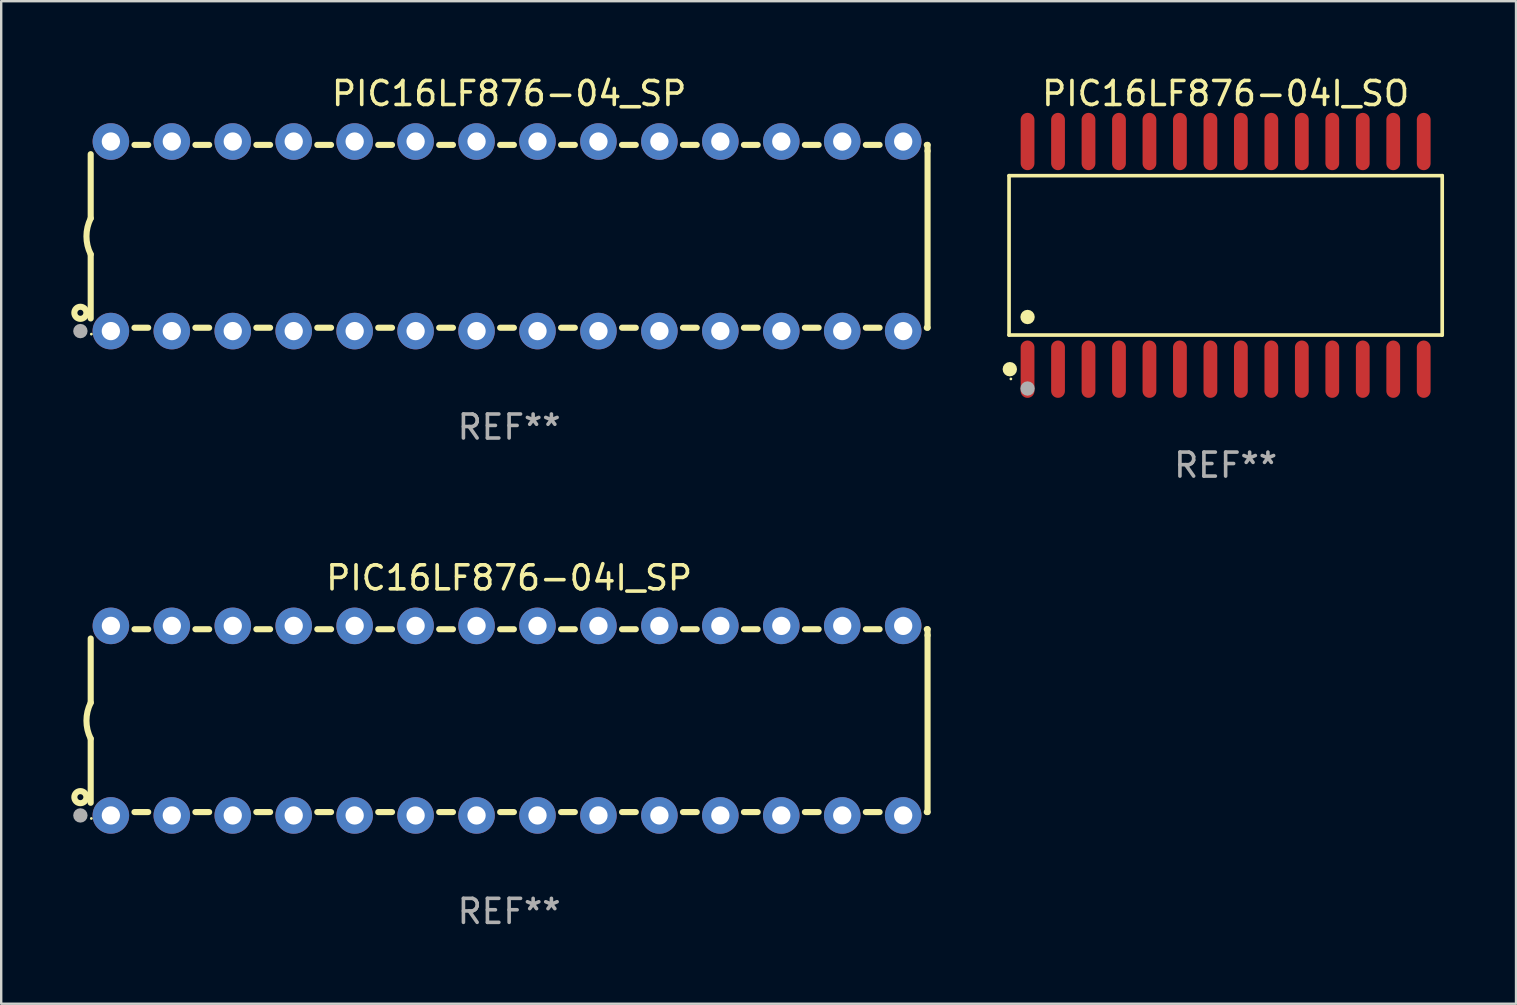
<source format=kicad_pcb>
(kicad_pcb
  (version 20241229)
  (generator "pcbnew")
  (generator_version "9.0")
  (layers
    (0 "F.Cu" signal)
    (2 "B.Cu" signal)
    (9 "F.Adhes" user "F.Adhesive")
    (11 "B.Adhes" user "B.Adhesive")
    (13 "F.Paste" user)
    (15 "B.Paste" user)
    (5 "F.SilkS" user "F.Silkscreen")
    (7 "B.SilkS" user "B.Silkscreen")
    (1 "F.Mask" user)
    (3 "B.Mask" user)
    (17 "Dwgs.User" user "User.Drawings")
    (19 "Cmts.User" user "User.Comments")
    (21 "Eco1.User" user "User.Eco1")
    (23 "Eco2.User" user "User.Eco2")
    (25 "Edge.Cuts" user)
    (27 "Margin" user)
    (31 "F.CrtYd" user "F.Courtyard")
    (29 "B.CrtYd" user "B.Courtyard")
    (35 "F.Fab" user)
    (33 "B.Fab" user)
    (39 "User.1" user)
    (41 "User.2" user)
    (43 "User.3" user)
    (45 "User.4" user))
  (footprint "PIC16LF876-04I_SO"
    (layer "F.Cu")
    (at 48.028 7.592)
    (property "Reference" "PIC16LF876-04I_SO" (at 0 -6.744 0) (layer "F.SilkS") (effects (font (size 1 1) (thickness 0.15))))
    (attr through_hole)
    (fp_line (start -9.026 -3.321) (end 9.026 -3.321) (stroke (width 0.152) (type solid)) (layer "F.SilkS"))
    (fp_line (start -9.026 3.321) (end -9.026 -3.321) (stroke (width 0.152) (type solid)) (layer "F.SilkS"))
    (fp_line (start 9.026 -3.321) (end 9.026 3.321) (stroke (width 0.152) (type solid)) (layer "F.SilkS"))
    (fp_line (start 9.026 3.321) (end -9.026 3.321) (stroke (width 0.152) (type solid)) (layer "F.SilkS"))
    (fp_circle (center -8.994 4.744) (end -8.844 4.744) (stroke (width 0.3) (type solid)) (fill no) (layer "F.SilkS"))
    (fp_circle (center -8.95 5.15) (end -8.92 5.15) (stroke (width 0.06) (type solid)) (fill no) (layer "F.SilkS"))
    (fp_circle (center -8.255 2.569) (end -8.105 2.569) (stroke (width 0.3) (type solid)) (fill no) (layer "F.SilkS"))
    (fp_circle (center -8.255 5.55) (end -8.105 5.55) (stroke (width 0.3) (type solid)) (fill no) (layer "F.Fab"))
    (fp_text user "REF**" (at 0 8.744 0) (layer "F.Fab") (effects (font (size 1 1) (thickness 0.15))))
    (pad "1" smd oval (at -8.255 4.744) (size 0.574 2.388) (layers "F.Cu" "F.Mask" "F.Paste"))
    (pad "2" smd oval (at -6.985 4.744) (size 0.574 2.388) (layers "F.Cu" "F.Mask" "F.Paste"))
    (pad "3" smd oval (at -5.715 4.744) (size 0.574 2.388) (layers "F.Cu" "F.Mask" "F.Paste"))
    (pad "4" smd oval (at -4.445 4.744) (size 0.574 2.388) (layers "F.Cu" "F.Mask" "F.Paste"))
    (pad "5" smd oval (at -3.175 4.744) (size 0.574 2.388) (layers "F.Cu" "F.Mask" "F.Paste"))
    (pad "6" smd oval (at -1.905 4.744) (size 0.574 2.388) (layers "F.Cu" "F.Mask" "F.Paste"))
    (pad "7" smd oval (at -0.635 4.744) (size 0.574 2.388) (layers "F.Cu" "F.Mask" "F.Paste"))
    (pad "8" smd oval (at 0.635 4.744) (size 0.574 2.388) (layers "F.Cu" "F.Mask" "F.Paste"))
    (pad "9" smd oval (at 1.905 4.744) (size 0.574 2.388) (layers "F.Cu" "F.Mask" "F.Paste"))
    (pad "10" smd oval (at 3.175 4.744) (size 0.574 2.388) (layers "F.Cu" "F.Mask" "F.Paste"))
    (pad "11" smd oval (at 4.445 4.744) (size 0.574 2.388) (layers "F.Cu" "F.Mask" "F.Paste"))
    (pad "12" smd oval (at 5.715 4.744) (size 0.574 2.388) (layers "F.Cu" "F.Mask" "F.Paste"))
    (pad "13" smd oval (at 6.985 4.744) (size 0.574 2.388) (layers "F.Cu" "F.Mask" "F.Paste"))
    (pad "14" smd oval (at 8.255 4.744) (size 0.574 2.388) (layers "F.Cu" "F.Mask" "F.Paste"))
    (pad "15" smd oval (at 8.255 -4.744) (size 0.574 2.388) (layers "F.Cu" "F.Mask" "F.Paste"))
    (pad "16" smd oval (at 6.985 -4.744) (size 0.574 2.388) (layers "F.Cu" "F.Mask" "F.Paste"))
    (pad "17" smd oval (at 5.715 -4.744) (size 0.574 2.388) (layers "F.Cu" "F.Mask" "F.Paste"))
    (pad "18" smd oval (at 4.445 -4.744) (size 0.574 2.388) (layers "F.Cu" "F.Mask" "F.Paste"))
    (pad "19" smd oval (at 3.175 -4.744) (size 0.574 2.388) (layers "F.Cu" "F.Mask" "F.Paste"))
    (pad "20" smd oval (at 1.905 -4.744) (size 0.574 2.388) (layers "F.Cu" "F.Mask" "F.Paste"))
    (pad "21" smd oval (at 0.635 -4.744) (size 0.574 2.388) (layers "F.Cu" "F.Mask" "F.Paste"))
    (pad "22" smd oval (at -0.635 -4.744) (size 0.574 2.388) (layers "F.Cu" "F.Mask" "F.Paste"))
    (pad "23" smd oval (at -1.905 -4.744) (size 0.574 2.388) (layers "F.Cu" "F.Mask" "F.Paste"))
    (pad "24" smd oval (at -3.175 -4.744) (size 0.574 2.388) (layers "F.Cu" "F.Mask" "F.Paste"))
    (pad "25" smd oval (at -4.445 -4.744) (size 0.574 2.388) (layers "F.Cu" "F.Mask" "F.Paste"))
    (pad "26" smd oval (at -5.715 -4.744) (size 0.574 2.388) (layers "F.Cu" "F.Mask" "F.Paste"))
    (pad "27" smd oval (at -6.985 -4.744) (size 0.574 2.388) (layers "F.Cu" "F.Mask" "F.Paste"))
    (pad "28" smd oval (at -8.255 -4.744) (size 0.574 2.388) (layers "F.Cu" "F.Mask" "F.Paste")))
  (footprint "PIC16LF876-04I_SP"
    (layer "F.Cu")
    (at 18.168 26.983)
    (property "Reference" "PIC16LF876-04I_SP" (at 0 -5.95 0) (layer "F.SilkS") (effects (font (size 1 1) (thickness 0.15))))
    (attr through_hole)
    (fp_line (start -17.438 0.75) (end -17.438 3.423) (stroke (width 0.254) (type solid)) (layer "F.SilkS"))
    (fp_line (start -17.438 -3.423) (end -17.438 -0.75) (stroke (width 0.254) (type solid)) (layer "F.SilkS"))
    (fp_line (start -15.615 3.81) (end -15.041 3.81) (stroke (width 0.254) (type solid)) (layer "F.SilkS"))
    (fp_line (start -15.041 -3.81) (end -15.614 -3.81) (stroke (width 0.254) (type solid)) (layer "F.SilkS"))
    (fp_line (start -13.075 3.81) (end -12.501 3.81) (stroke (width 0.254) (type solid)) (layer "F.SilkS"))
    (fp_line (start -12.501 -3.81) (end -13.074 -3.81) (stroke (width 0.254) (type solid)) (layer "F.SilkS"))
    (fp_line (start -10.535 3.81) (end -9.961 3.81) (stroke (width 0.254) (type solid)) (layer "F.SilkS"))
    (fp_line (start -9.961 -3.81) (end -10.534 -3.81) (stroke (width 0.254) (type solid)) (layer "F.SilkS"))
    (fp_line (start -7.995 3.81) (end -7.421 3.81) (stroke (width 0.254) (type solid)) (layer "F.SilkS"))
    (fp_line (start -7.421 -3.81) (end -7.995 -3.81) (stroke (width 0.254) (type solid)) (layer "F.SilkS"))
    (fp_line (start -5.455 3.81) (end -4.881 3.81) (stroke (width 0.254) (type solid)) (layer "F.SilkS"))
    (fp_line (start -4.881 -3.81) (end -5.455 -3.81) (stroke (width 0.254) (type solid)) (layer "F.SilkS"))
    (fp_line (start -2.915 3.81) (end -2.341 3.81) (stroke (width 0.254) (type solid)) (layer "F.SilkS"))
    (fp_line (start -2.341 -3.81) (end -2.915 -3.81) (stroke (width 0.254) (type solid)) (layer "F.SilkS"))
    (fp_line (start -0.375 3.81) (end 0.199 3.81) (stroke (width 0.254) (type solid)) (layer "F.SilkS"))
    (fp_line (start 0.199 -3.81) (end -0.375 -3.81) (stroke (width 0.254) (type solid)) (layer "F.SilkS"))
    (fp_line (start 2.165 3.81) (end 2.739 3.81) (stroke (width 0.254) (type solid)) (layer "F.SilkS"))
    (fp_line (start 2.739 -3.81) (end 2.165 -3.81) (stroke (width 0.254) (type solid)) (layer "F.SilkS"))
    (fp_line (start 4.705 3.81) (end 5.279 3.81) (stroke (width 0.254) (type solid)) (layer "F.SilkS"))
    (fp_line (start 5.279 -3.81) (end 4.705 -3.81) (stroke (width 0.254) (type solid)) (layer "F.SilkS"))
    (fp_line (start 7.245 3.81) (end 7.819 3.81) (stroke (width 0.254) (type solid)) (layer "F.SilkS"))
    (fp_line (start 7.819 -3.81) (end 7.245 -3.81) (stroke (width 0.254) (type solid)) (layer "F.SilkS"))
    (fp_line (start 9.785 3.81) (end 10.359 3.81) (stroke (width 0.254) (type solid)) (layer "F.SilkS"))
    (fp_line (start 10.359 -3.81) (end 9.785 -3.81) (stroke (width 0.254) (type solid)) (layer "F.SilkS"))
    (fp_line (start 12.325 3.81) (end 12.899 3.81) (stroke (width 0.254) (type solid)) (layer "F.SilkS"))
    (fp_line (start 12.899 -3.81) (end 12.325 -3.81) (stroke (width 0.254) (type solid)) (layer "F.SilkS"))
    (fp_line (start 14.865 3.81) (end 15.439 3.81) (stroke (width 0.254) (type solid)) (layer "F.SilkS"))
    (fp_line (start 15.439 -3.81) (end 14.865 -3.81) (stroke (width 0.254) (type solid)) (layer "F.SilkS"))
    (fp_line (start 17.405 3.81) (end 17.438 3.81) (stroke (width 0.254) (type solid)) (layer "F.SilkS"))
    (fp_line (start 17.438 -3.81) (end 17.405 -3.81) (stroke (width 0.254) (type solid)) (layer "F.SilkS"))
    (fp_line (start 17.438 -3.556) (end 17.438 -3.81) (stroke (width 0.254) (type solid)) (layer "F.SilkS"))
    (fp_line (start 17.438 3.81) (end 17.438 -3.556) (stroke (width 0.254) (type solid)) (layer "F.SilkS"))
    (fp_arc (start -17.437986 0.749657) (mid -17.614887 -0.000024) (end -17.437783 -0.749657) (stroke (width 0.254001) (type solid)) (layer "F.SilkS"))
    (fp_circle (center -17.868 3.188) (end -17.743 3.188) (stroke (width 0.254) (type solid)) (fill no) (layer "F.SilkS"))
    (fp_circle (center -17.411 4.077) (end -17.381 4.077) (stroke (width 0.06) (type solid)) (fill no) (layer "F.SilkS"))
    (fp_circle (center -17.868 3.95) (end -17.718 3.95) (stroke (width 0.3) (type solid)) (fill no) (layer "F.Fab"))
    (fp_text user "REF**" (at 0 7.95 0) (layer "F.Fab") (effects (font (size 1 1) (thickness 0.15))))
    (pad "1" thru_hole circle (at -16.598 3.95) (size 1.524 1.524) (drill 0.762) (layers "*.Cu" "*.Mask"))
    (pad "2" thru_hole circle (at -14.058 3.95) (size 1.524 1.524) (drill 0.762) (layers "*.Cu" "*.Mask"))
    (pad "3" thru_hole circle (at -11.518 3.95) (size 1.524 1.524) (drill 0.762) (layers "*.Cu" "*.Mask"))
    (pad "4" thru_hole circle (at -8.978 3.95) (size 1.524 1.524) (drill 0.762) (layers "*.Cu" "*.Mask"))
    (pad "5" thru_hole circle (at -6.438 3.95) (size 1.524 1.524) (drill 0.762) (layers "*.Cu" "*.Mask"))
    (pad "6" thru_hole circle (at -3.898 3.95) (size 1.524 1.524) (drill 0.762) (layers "*.Cu" "*.Mask"))
    (pad "7" thru_hole circle (at -1.358 3.95) (size 1.524 1.524) (drill 0.762) (layers "*.Cu" "*.Mask"))
    (pad "8" thru_hole circle (at 1.182 3.95) (size 1.524 1.524) (drill 0.762) (layers "*.Cu" "*.Mask"))
    (pad "9" thru_hole circle (at 3.722 3.95) (size 1.524 1.524) (drill 0.762) (layers "*.Cu" "*.Mask"))
    (pad "10" thru_hole circle (at 6.262 3.95) (size 1.524 1.524) (drill 0.762) (layers "*.Cu" "*.Mask"))
    (pad "11" thru_hole circle (at 8.802 3.95) (size 1.524 1.524) (drill 0.762) (layers "*.Cu" "*.Mask"))
    (pad "12" thru_hole circle (at 11.342 3.95) (size 1.524 1.524) (drill 0.762) (layers "*.Cu" "*.Mask"))
    (pad "13" thru_hole circle (at 13.882 3.95) (size 1.524 1.524) (drill 0.762) (layers "*.Cu" "*.Mask"))
    (pad "14" thru_hole circle (at 16.422 3.95) (size 1.524 1.524) (drill 0.762) (layers "*.Cu" "*.Mask"))
    (pad "15" thru_hole circle (at 16.422 -3.95) (size 1.524 1.524) (drill 0.762) (layers "*.Cu" "*.Mask"))
    (pad "16" thru_hole circle (at 13.882 -3.95) (size 1.524 1.524) (drill 0.762) (layers "*.Cu" "*.Mask"))
    (pad "17" thru_hole circle (at 11.342 -3.95) (size 1.524 1.524) (drill 0.762) (layers "*.Cu" "*.Mask"))
    (pad "18" thru_hole circle (at 8.802 -3.95) (size 1.524 1.524) (drill 0.762) (layers "*.Cu" "*.Mask"))
    (pad "19" thru_hole circle (at 6.262 -3.95) (size 1.524 1.524) (drill 0.762) (layers "*.Cu" "*.Mask"))
    (pad "20" thru_hole circle (at 3.722 -3.95) (size 1.524 1.524) (drill 0.762) (layers "*.Cu" "*.Mask"))
    (pad "21" thru_hole circle (at 1.182 -3.95) (size 1.524 1.524) (drill 0.762) (layers "*.Cu" "*.Mask"))
    (pad "22" thru_hole circle (at -1.358 -3.95) (size 1.524 1.524) (drill 0.762) (layers "*.Cu" "*.Mask"))
    (pad "23" thru_hole circle (at -3.898 -3.95) (size 1.524 1.524) (drill 0.762) (layers "*.Cu" "*.Mask"))
    (pad "24" thru_hole circle (at -6.438 -3.95) (size 1.524 1.524) (drill 0.762) (layers "*.Cu" "*.Mask"))
    (pad "25" thru_hole circle (at -8.978 -3.95) (size 1.524 1.524) (drill 0.762) (layers "*.Cu" "*.Mask"))
    (pad "26" thru_hole circle (at -11.517 -3.95) (size 1.524 1.524) (drill 0.762) (layers "*.Cu" "*.Mask"))
    (pad "27" thru_hole circle (at -14.057 -3.95) (size 1.524 1.524) (drill 0.762) (layers "*.Cu" "*.Mask"))
    (pad "28" thru_hole circle (at -16.597 -3.95) (size 1.524 1.524) (drill 0.762) (layers "*.Cu" "*.Mask")))
  (footprint "PIC16LF876-04_SP"
    (layer "F.Cu")
    (at 18.168 6.798)
    (property "Reference" "PIC16LF876-04_SP" (at 0 -5.95 0) (layer "F.SilkS") (effects (font (size 1 1) (thickness 0.15))))
    (attr through_hole)
    (fp_line (start -17.438 0.75) (end -17.438 3.423) (stroke (width 0.254) (type solid)) (layer "F.SilkS"))
    (fp_line (start -17.438 -3.423) (end -17.438 -0.75) (stroke (width 0.254) (type solid)) (layer "F.SilkS"))
    (fp_line (start -15.615 3.81) (end -15.041 3.81) (stroke (width 0.254) (type solid)) (layer "F.SilkS"))
    (fp_line (start -15.041 -3.81) (end -15.614 -3.81) (stroke (width 0.254) (type solid)) (layer "F.SilkS"))
    (fp_line (start -13.075 3.81) (end -12.501 3.81) (stroke (width 0.254) (type solid)) (layer "F.SilkS"))
    (fp_line (start -12.501 -3.81) (end -13.074 -3.81) (stroke (width 0.254) (type solid)) (layer "F.SilkS"))
    (fp_line (start -10.535 3.81) (end -9.961 3.81) (stroke (width 0.254) (type solid)) (layer "F.SilkS"))
    (fp_line (start -9.961 -3.81) (end -10.534 -3.81) (stroke (width 0.254) (type solid)) (layer "F.SilkS"))
    (fp_line (start -7.995 3.81) (end -7.421 3.81) (stroke (width 0.254) (type solid)) (layer "F.SilkS"))
    (fp_line (start -7.421 -3.81) (end -7.995 -3.81) (stroke (width 0.254) (type solid)) (layer "F.SilkS"))
    (fp_line (start -5.455 3.81) (end -4.881 3.81) (stroke (width 0.254) (type solid)) (layer "F.SilkS"))
    (fp_line (start -4.881 -3.81) (end -5.455 -3.81) (stroke (width 0.254) (type solid)) (layer "F.SilkS"))
    (fp_line (start -2.915 3.81) (end -2.341 3.81) (stroke (width 0.254) (type solid)) (layer "F.SilkS"))
    (fp_line (start -2.341 -3.81) (end -2.915 -3.81) (stroke (width 0.254) (type solid)) (layer "F.SilkS"))
    (fp_line (start -0.375 3.81) (end 0.199 3.81) (stroke (width 0.254) (type solid)) (layer "F.SilkS"))
    (fp_line (start 0.199 -3.81) (end -0.375 -3.81) (stroke (width 0.254) (type solid)) (layer "F.SilkS"))
    (fp_line (start 2.165 3.81) (end 2.739 3.81) (stroke (width 0.254) (type solid)) (layer "F.SilkS"))
    (fp_line (start 2.739 -3.81) (end 2.165 -3.81) (stroke (width 0.254) (type solid)) (layer "F.SilkS"))
    (fp_line (start 4.705 3.81) (end 5.279 3.81) (stroke (width 0.254) (type solid)) (layer "F.SilkS"))
    (fp_line (start 5.279 -3.81) (end 4.705 -3.81) (stroke (width 0.254) (type solid)) (layer "F.SilkS"))
    (fp_line (start 7.245 3.81) (end 7.819 3.81) (stroke (width 0.254) (type solid)) (layer "F.SilkS"))
    (fp_line (start 7.819 -3.81) (end 7.245 -3.81) (stroke (width 0.254) (type solid)) (layer "F.SilkS"))
    (fp_line (start 9.785 3.81) (end 10.359 3.81) (stroke (width 0.254) (type solid)) (layer "F.SilkS"))
    (fp_line (start 10.359 -3.81) (end 9.785 -3.81) (stroke (width 0.254) (type solid)) (layer "F.SilkS"))
    (fp_line (start 12.325 3.81) (end 12.899 3.81) (stroke (width 0.254) (type solid)) (layer "F.SilkS"))
    (fp_line (start 12.899 -3.81) (end 12.325 -3.81) (stroke (width 0.254) (type solid)) (layer "F.SilkS"))
    (fp_line (start 14.865 3.81) (end 15.439 3.81) (stroke (width 0.254) (type solid)) (layer "F.SilkS"))
    (fp_line (start 15.439 -3.81) (end 14.865 -3.81) (stroke (width 0.254) (type solid)) (layer "F.SilkS"))
    (fp_line (start 17.405 3.81) (end 17.438 3.81) (stroke (width 0.254) (type solid)) (layer "F.SilkS"))
    (fp_line (start 17.438 -3.81) (end 17.405 -3.81) (stroke (width 0.254) (type solid)) (layer "F.SilkS"))
    (fp_line (start 17.438 -3.556) (end 17.438 -3.81) (stroke (width 0.254) (type solid)) (layer "F.SilkS"))
    (fp_line (start 17.438 3.81) (end 17.438 -3.556) (stroke (width 0.254) (type solid)) (layer "F.SilkS"))
    (fp_arc (start -17.437986 0.749657) (mid -17.614887 -0.000024) (end -17.437783 -0.749657) (stroke (width 0.254001) (type solid)) (layer "F.SilkS"))
    (fp_circle (center -17.868 3.188) (end -17.743 3.188) (stroke (width 0.254) (type solid)) (fill no) (layer "F.SilkS"))
    (fp_circle (center -17.411 4.077) (end -17.381 4.077) (stroke (width 0.06) (type solid)) (fill no) (layer "F.SilkS"))
    (fp_circle (center -17.868 3.95) (end -17.718 3.95) (stroke (width 0.3) (type solid)) (fill no) (layer "F.Fab"))
    (fp_text user "REF**" (at 0 7.95 0) (layer "F.Fab") (effects (font (size 1 1) (thickness 0.15))))
    (pad "1" thru_hole circle (at -16.598 3.95) (size 1.524 1.524) (drill 0.762) (layers "*.Cu" "*.Mask"))
    (pad "2" thru_hole circle (at -14.058 3.95) (size 1.524 1.524) (drill 0.762) (layers "*.Cu" "*.Mask"))
    (pad "3" thru_hole circle (at -11.518 3.95) (size 1.524 1.524) (drill 0.762) (layers "*.Cu" "*.Mask"))
    (pad "4" thru_hole circle (at -8.978 3.95) (size 1.524 1.524) (drill 0.762) (layers "*.Cu" "*.Mask"))
    (pad "5" thru_hole circle (at -6.438 3.95) (size 1.524 1.524) (drill 0.762) (layers "*.Cu" "*.Mask"))
    (pad "6" thru_hole circle (at -3.898 3.95) (size 1.524 1.524) (drill 0.762) (layers "*.Cu" "*.Mask"))
    (pad "7" thru_hole circle (at -1.358 3.95) (size 1.524 1.524) (drill 0.762) (layers "*.Cu" "*.Mask"))
    (pad "8" thru_hole circle (at 1.182 3.95) (size 1.524 1.524) (drill 0.762) (layers "*.Cu" "*.Mask"))
    (pad "9" thru_hole circle (at 3.722 3.95) (size 1.524 1.524) (drill 0.762) (layers "*.Cu" "*.Mask"))
    (pad "10" thru_hole circle (at 6.262 3.95) (size 1.524 1.524) (drill 0.762) (layers "*.Cu" "*.Mask"))
    (pad "11" thru_hole circle (at 8.802 3.95) (size 1.524 1.524) (drill 0.762) (layers "*.Cu" "*.Mask"))
    (pad "12" thru_hole circle (at 11.342 3.95) (size 1.524 1.524) (drill 0.762) (layers "*.Cu" "*.Mask"))
    (pad "13" thru_hole circle (at 13.882 3.95) (size 1.524 1.524) (drill 0.762) (layers "*.Cu" "*.Mask"))
    (pad "14" thru_hole circle (at 16.422 3.95) (size 1.524 1.524) (drill 0.762) (layers "*.Cu" "*.Mask"))
    (pad "15" thru_hole circle (at 16.422 -3.95) (size 1.524 1.524) (drill 0.762) (layers "*.Cu" "*.Mask"))
    (pad "16" thru_hole circle (at 13.882 -3.95) (size 1.524 1.524) (drill 0.762) (layers "*.Cu" "*.Mask"))
    (pad "17" thru_hole circle (at 11.342 -3.95) (size 1.524 1.524) (drill 0.762) (layers "*.Cu" "*.Mask"))
    (pad "18" thru_hole circle (at 8.802 -3.95) (size 1.524 1.524) (drill 0.762) (layers "*.Cu" "*.Mask"))
    (pad "19" thru_hole circle (at 6.262 -3.95) (size 1.524 1.524) (drill 0.762) (layers "*.Cu" "*.Mask"))
    (pad "20" thru_hole circle (at 3.722 -3.95) (size 1.524 1.524) (drill 0.762) (layers "*.Cu" "*.Mask"))
    (pad "21" thru_hole circle (at 1.182 -3.95) (size 1.524 1.524) (drill 0.762) (layers "*.Cu" "*.Mask"))
    (pad "22" thru_hole circle (at -1.358 -3.95) (size 1.524 1.524) (drill 0.762) (layers "*.Cu" "*.Mask"))
    (pad "23" thru_hole circle (at -3.898 -3.95) (size 1.524 1.524) (drill 0.762) (layers "*.Cu" "*.Mask"))
    (pad "24" thru_hole circle (at -6.438 -3.95) (size 1.524 1.524) (drill 0.762) (layers "*.Cu" "*.Mask"))
    (pad "25" thru_hole circle (at -8.978 -3.95) (size 1.524 1.524) (drill 0.762) (layers "*.Cu" "*.Mask"))
    (pad "26" thru_hole circle (at -11.517 -3.95) (size 1.524 1.524) (drill 0.762) (layers "*.Cu" "*.Mask"))
    (pad "27" thru_hole circle (at -14.057 -3.95) (size 1.524 1.524) (drill 0.762) (layers "*.Cu" "*.Mask"))
    (pad "28" thru_hole circle (at -16.597 -3.95) (size 1.524 1.524) (drill 0.762) (layers "*.Cu" "*.Mask")))
  (gr_rect
    (start -3 -3)
    (end 60.13 38.781)
    (stroke (width 0.1) (type default))
    (fill no)
    (layer "Edge.Cuts")))
</source>
